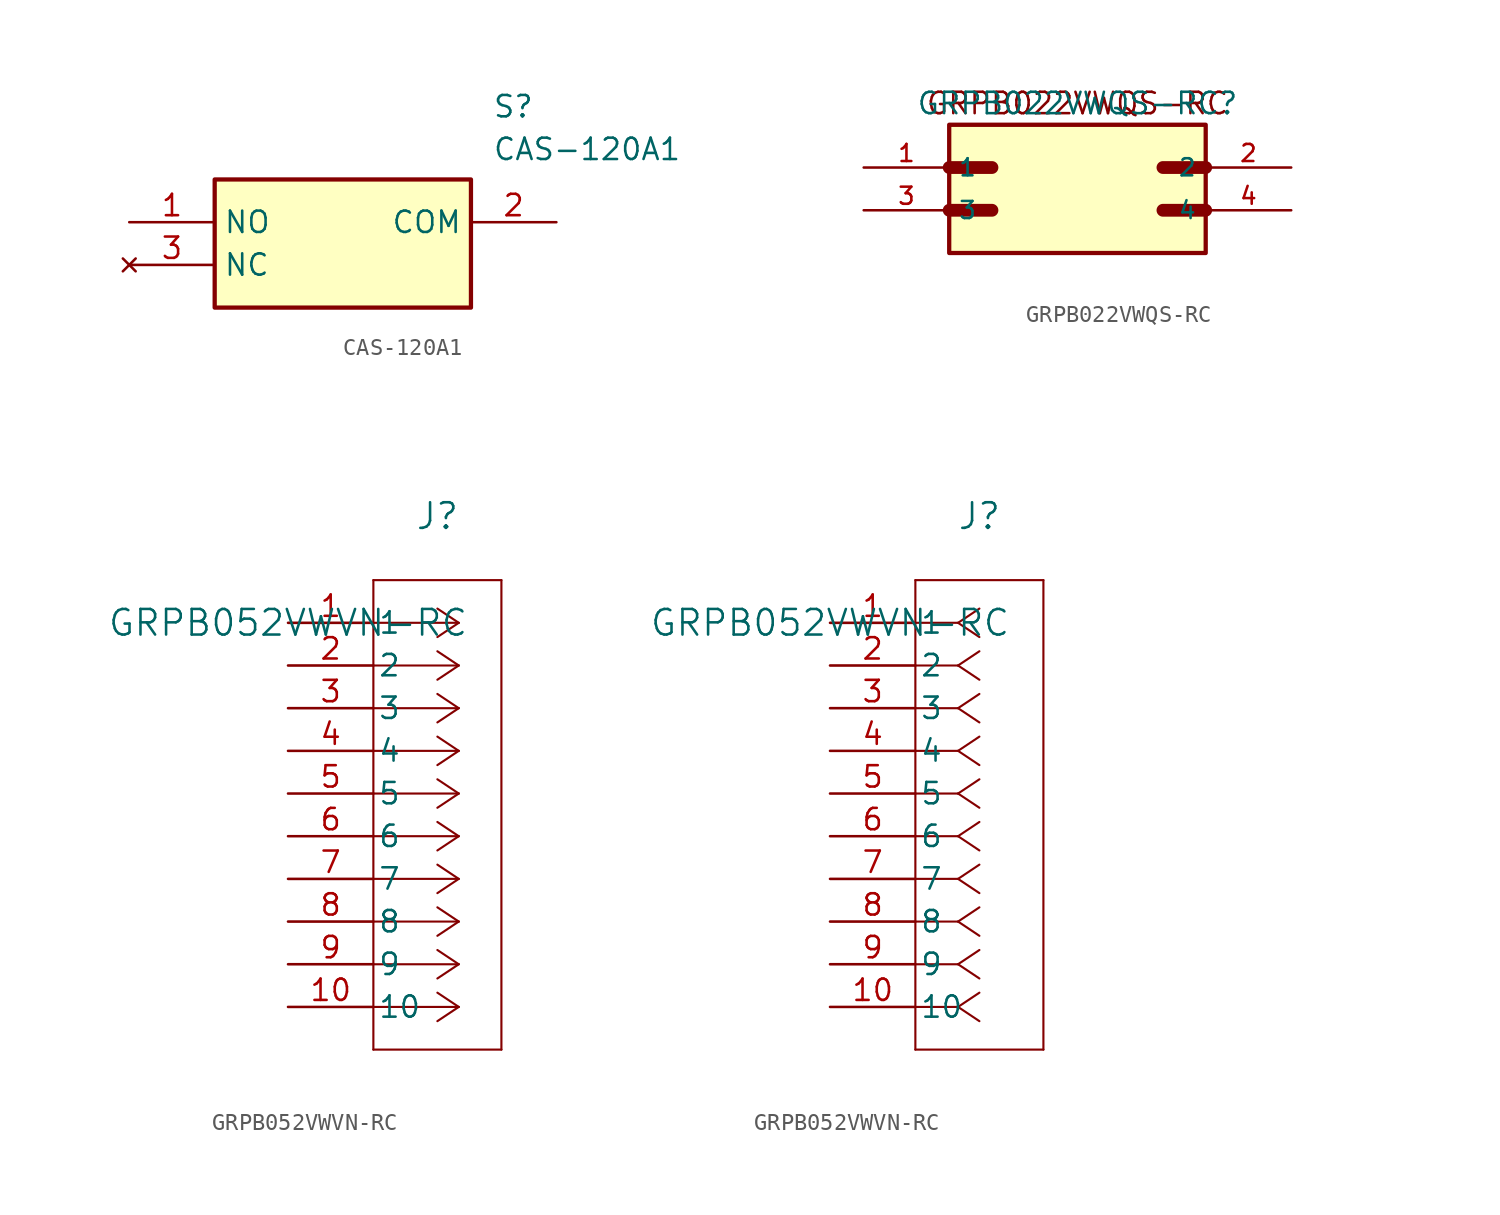
<source format=kicad_sym>
(kicad_symbol_lib
  (version 20220914)
  (generator kicad_symbol_editor)
  (symbol "CAS-120A1"
    (property "Reference" "S"
      (at 21.59 7.62 0)
      (effects (font (size 1.27 1.27)) (justify left top)))
    (property "Value" "CAS-120A1"
      (at 21.59 5.08 0)
      (effects (font (size 1.27 1.27)) (justify left top)))
    (symbol "CAS-120A1_1_1"
      (rectangle (start 5.08 2.54) (end 20.32 -5.08) (stroke (width 0.254) (type default)) (fill (type background)))
      (pin passive line (at 0 0 0) (length 5.08) (name "NO" (effects (font (size 1.27 1.27)))) (number "1" (effects (font (size 1.27 1.27)))))
      (pin passive line (at 25.4 0 180) (length 5.08) (name "COM" (effects (font (size 1.27 1.27)))) (number "2" (effects (font (size 1.27 1.27)))))
      (pin no_connect line (at 0 -2.54 0) (length 5.08) (name "NC" (effects (font (size 1.27 1.27)))) (number "3" (effects (font (size 1.27 1.27)))))))
  (symbol "GRPB022VWQS-RC"
    (property "Reference" "GRPB022VWQS-RC"
      (at 0 16.51 0)
      (effects (font (size 1.27 1.27))))
    (property "Value" ""
      (at 17.78 6.35 0)
      (effects (font (size 1.27 1.27))))
    (symbol "GRPB022VWQS-RC_0_0"
      (rectangle (start -7.62 15.24) (end 7.62 7.62) (stroke (width 0.254) (type default)) (fill (type background)))
      (polyline (pts (xy -7.62 10.16) (xy -5.08 10.16)) (stroke (width 0.762) (type default)) (fill (type none)))
      (polyline (pts (xy -7.62 12.7) (xy -5.08 12.7)) (stroke (width 0.762) (type default)) (fill (type none)))
      (polyline (pts (xy 5.08 10.16) (xy 7.62 10.16)) (stroke (width 0.762) (type default)) (fill (type none)))
      (polyline (pts (xy 5.08 12.7) (xy 7.62 12.7)) (stroke (width 0.762) (type default)) (fill (type none)))
      (text "GRPB022VWQS-RC" (at 0 16.51 0) (effects (font (size 1.27 1.27))))
      (pin passive line (at -12.7 12.7 0) (length 5.08) (name "1" (effects (font (size 1.016 1.016)))) (number "1" (effects (font (size 1.016 1.016)))))
      (pin passive line (at 12.7 12.7 180) (length 5.08) (name "2" (effects (font (size 1.016 1.016)))) (number "2" (effects (font (size 1.016 1.016)))))
      (pin passive line (at -12.7 10.16 0) (length 5.08) (name "3" (effects (font (size 1.016 1.016)))) (number "3" (effects (font (size 1.016 1.016)))))
      (pin passive line (at 12.7 10.16 180) (length 5.08) (name "4" (effects (font (size 1.016 1.016)))) (number "4" (effects (font (size 1.016 1.016)))))))
  (symbol "GRPB052VWVN-RC"
    (pin_names
      (offset 0.254))
    (property "Reference" "J"
      (at 8.89 6.35 0)
      (effects (font (size 1.524 1.524))))
    (property "Value" "GRPB052VWVN-RC"
      (at 0 0 0)
      (effects (font (size 1.524 1.524))))
    (property "ki_locked" ""
      (at 0 0 0)
      (effects (font (size 1.27 1.27))))
    (symbol "GRPB052VWVN-RC_1_1"
      (polyline (pts (xy 5.08 -25.4) (xy 12.7 -25.4)) (stroke (width 0.127) (type default)) (fill (type none)))
      (polyline (pts (xy 5.08 2.54) (xy 5.08 -25.4)) (stroke (width 0.127) (type default)) (fill (type none)))
      (polyline (pts (xy 10.16 -22.86) (xy 5.08 -22.86)) (stroke (width 0.127) (type default)) (fill (type none)))
      (polyline (pts (xy 10.16 -22.86) (xy 8.89 -23.707)) (stroke (width 0.127) (type default)) (fill (type none)))
      (polyline (pts (xy 10.16 -22.86) (xy 8.89 -22.013)) (stroke (width 0.127) (type default)) (fill (type none)))
      (polyline (pts (xy 10.16 -20.32) (xy 5.08 -20.32)) (stroke (width 0.127) (type default)) (fill (type none)))
      (polyline (pts (xy 10.16 -20.32) (xy 8.89 -21.167)) (stroke (width 0.127) (type default)) (fill (type none)))
      (polyline (pts (xy 10.16 -20.32) (xy 8.89 -19.473)) (stroke (width 0.127) (type default)) (fill (type none)))
      (polyline (pts (xy 10.16 -17.78) (xy 5.08 -17.78)) (stroke (width 0.127) (type default)) (fill (type none)))
      (polyline (pts (xy 10.16 -17.78) (xy 8.89 -18.627)) (stroke (width 0.127) (type default)) (fill (type none)))
      (polyline (pts (xy 10.16 -17.78) (xy 8.89 -16.933)) (stroke (width 0.127) (type default)) (fill (type none)))
      (polyline (pts (xy 10.16 -15.24) (xy 5.08 -15.24)) (stroke (width 0.127) (type default)) (fill (type none)))
      (polyline (pts (xy 10.16 -15.24) (xy 8.89 -16.087)) (stroke (width 0.127) (type default)) (fill (type none)))
      (polyline (pts (xy 10.16 -15.24) (xy 8.89 -14.393)) (stroke (width 0.127) (type default)) (fill (type none)))
      (polyline (pts (xy 10.16 -12.7) (xy 5.08 -12.7)) (stroke (width 0.127) (type default)) (fill (type none)))
      (polyline (pts (xy 10.16 -12.7) (xy 8.89 -13.547)) (stroke (width 0.127) (type default)) (fill (type none)))
      (polyline (pts (xy 10.16 -12.7) (xy 8.89 -11.853)) (stroke (width 0.127) (type default)) (fill (type none)))
      (polyline (pts (xy 10.16 -10.16) (xy 5.08 -10.16)) (stroke (width 0.127) (type default)) (fill (type none)))
      (polyline (pts (xy 10.16 -10.16) (xy 8.89 -11.007)) (stroke (width 0.127) (type default)) (fill (type none)))
      (polyline (pts (xy 10.16 -10.16) (xy 8.89 -9.313)) (stroke (width 0.127) (type default)) (fill (type none)))
      (polyline (pts (xy 10.16 -7.62) (xy 5.08 -7.62)) (stroke (width 0.127) (type default)) (fill (type none)))
      (polyline (pts (xy 10.16 -7.62) (xy 8.89 -8.467)) (stroke (width 0.127) (type default)) (fill (type none)))
      (polyline (pts (xy 10.16 -7.62) (xy 8.89 -6.773)) (stroke (width 0.127) (type default)) (fill (type none)))
      (polyline (pts (xy 10.16 -5.08) (xy 5.08 -5.08)) (stroke (width 0.127) (type default)) (fill (type none)))
      (polyline (pts (xy 10.16 -5.08) (xy 8.89 -5.927)) (stroke (width 0.127) (type default)) (fill (type none)))
      (polyline (pts (xy 10.16 -5.08) (xy 8.89 -4.233)) (stroke (width 0.127) (type default)) (fill (type none)))
      (polyline (pts (xy 10.16 -2.54) (xy 5.08 -2.54)) (stroke (width 0.127) (type default)) (fill (type none)))
      (polyline (pts (xy 10.16 -2.54) (xy 8.89 -3.387)) (stroke (width 0.127) (type default)) (fill (type none)))
      (polyline (pts (xy 10.16 -2.54) (xy 8.89 -1.693)) (stroke (width 0.127) (type default)) (fill (type none)))
      (polyline (pts (xy 10.16 0) (xy 5.08 0)) (stroke (width 0.127) (type default)) (fill (type none)))
      (polyline (pts (xy 10.16 0) (xy 8.89 -0.847)) (stroke (width 0.127) (type default)) (fill (type none)))
      (polyline (pts (xy 10.16 0) (xy 8.89 0.847)) (stroke (width 0.127) (type default)) (fill (type none)))
      (polyline (pts (xy 12.7 -25.4) (xy 12.7 2.54)) (stroke (width 0.127) (type default)) (fill (type none)))
      (polyline (pts (xy 12.7 2.54) (xy 5.08 2.54)) (stroke (width 0.127) (type default)) (fill (type none)))
      (pin unspecified line (at 0 0 0) (length 5.08) (name "1" (effects (font (size 1.27 1.27)))) (number "1" (effects (font (size 1.27 1.27)))))
      (pin unspecified line (at 0 -22.86 0) (length 5.08) (name "10" (effects (font (size 1.27 1.27)))) (number "10" (effects (font (size 1.27 1.27)))))
      (pin unspecified line (at 0 -2.54 0) (length 5.08) (name "2" (effects (font (size 1.27 1.27)))) (number "2" (effects (font (size 1.27 1.27)))))
      (pin unspecified line (at 0 -5.08 0) (length 5.08) (name "3" (effects (font (size 1.27 1.27)))) (number "3" (effects (font (size 1.27 1.27)))))
      (pin unspecified line (at 0 -7.62 0) (length 5.08) (name "4" (effects (font (size 1.27 1.27)))) (number "4" (effects (font (size 1.27 1.27)))))
      (pin unspecified line (at 0 -10.16 0) (length 5.08) (name "5" (effects (font (size 1.27 1.27)))) (number "5" (effects (font (size 1.27 1.27)))))
      (pin unspecified line (at 0 -12.7 0) (length 5.08) (name "6" (effects (font (size 1.27 1.27)))) (number "6" (effects (font (size 1.27 1.27)))))
      (pin unspecified line (at 0 -15.24 0) (length 5.08) (name "7" (effects (font (size 1.27 1.27)))) (number "7" (effects (font (size 1.27 1.27)))))
      (pin unspecified line (at 0 -17.78 0) (length 5.08) (name "8" (effects (font (size 1.27 1.27)))) (number "8" (effects (font (size 1.27 1.27)))))
      (pin unspecified line (at 0 -20.32 0) (length 5.08) (name "9" (effects (font (size 1.27 1.27)))) (number "9" (effects (font (size 1.27 1.27))))))
    (symbol "GRPB052VWVN-RC_1_2"
      (polyline (pts (xy 5.08 -25.4) (xy 12.7 -25.4)) (stroke (width 0.127) (type default)) (fill (type none)))
      (polyline (pts (xy 5.08 2.54) (xy 5.08 -25.4)) (stroke (width 0.127) (type default)) (fill (type none)))
      (polyline (pts (xy 7.62 -22.86) (xy 5.08 -22.86)) (stroke (width 0.127) (type default)) (fill (type none)))
      (polyline (pts (xy 7.62 -22.86) (xy 8.89 -23.707)) (stroke (width 0.127) (type default)) (fill (type none)))
      (polyline (pts (xy 7.62 -22.86) (xy 8.89 -22.013)) (stroke (width 0.127) (type default)) (fill (type none)))
      (polyline (pts (xy 7.62 -20.32) (xy 5.08 -20.32)) (stroke (width 0.127) (type default)) (fill (type none)))
      (polyline (pts (xy 7.62 -20.32) (xy 8.89 -21.167)) (stroke (width 0.127) (type default)) (fill (type none)))
      (polyline (pts (xy 7.62 -20.32) (xy 8.89 -19.473)) (stroke (width 0.127) (type default)) (fill (type none)))
      (polyline (pts (xy 7.62 -17.78) (xy 5.08 -17.78)) (stroke (width 0.127) (type default)) (fill (type none)))
      (polyline (pts (xy 7.62 -17.78) (xy 8.89 -18.627)) (stroke (width 0.127) (type default)) (fill (type none)))
      (polyline (pts (xy 7.62 -17.78) (xy 8.89 -16.933)) (stroke (width 0.127) (type default)) (fill (type none)))
      (polyline (pts (xy 7.62 -15.24) (xy 5.08 -15.24)) (stroke (width 0.127) (type default)) (fill (type none)))
      (polyline (pts (xy 7.62 -15.24) (xy 8.89 -16.087)) (stroke (width 0.127) (type default)) (fill (type none)))
      (polyline (pts (xy 7.62 -15.24) (xy 8.89 -14.393)) (stroke (width 0.127) (type default)) (fill (type none)))
      (polyline (pts (xy 7.62 -12.7) (xy 5.08 -12.7)) (stroke (width 0.127) (type default)) (fill (type none)))
      (polyline (pts (xy 7.62 -12.7) (xy 8.89 -13.547)) (stroke (width 0.127) (type default)) (fill (type none)))
      (polyline (pts (xy 7.62 -12.7) (xy 8.89 -11.853)) (stroke (width 0.127) (type default)) (fill (type none)))
      (polyline (pts (xy 7.62 -10.16) (xy 5.08 -10.16)) (stroke (width 0.127) (type default)) (fill (type none)))
      (polyline (pts (xy 7.62 -10.16) (xy 8.89 -11.007)) (stroke (width 0.127) (type default)) (fill (type none)))
      (polyline (pts (xy 7.62 -10.16) (xy 8.89 -9.313)) (stroke (width 0.127) (type default)) (fill (type none)))
      (polyline (pts (xy 7.62 -7.62) (xy 5.08 -7.62)) (stroke (width 0.127) (type default)) (fill (type none)))
      (polyline (pts (xy 7.62 -7.62) (xy 8.89 -8.467)) (stroke (width 0.127) (type default)) (fill (type none)))
      (polyline (pts (xy 7.62 -7.62) (xy 8.89 -6.773)) (stroke (width 0.127) (type default)) (fill (type none)))
      (polyline (pts (xy 7.62 -5.08) (xy 5.08 -5.08)) (stroke (width 0.127) (type default)) (fill (type none)))
      (polyline (pts (xy 7.62 -5.08) (xy 8.89 -5.927)) (stroke (width 0.127) (type default)) (fill (type none)))
      (polyline (pts (xy 7.62 -5.08) (xy 8.89 -4.233)) (stroke (width 0.127) (type default)) (fill (type none)))
      (polyline (pts (xy 7.62 -2.54) (xy 5.08 -2.54)) (stroke (width 0.127) (type default)) (fill (type none)))
      (polyline (pts (xy 7.62 -2.54) (xy 8.89 -3.387)) (stroke (width 0.127) (type default)) (fill (type none)))
      (polyline (pts (xy 7.62 -2.54) (xy 8.89 -1.693)) (stroke (width 0.127) (type default)) (fill (type none)))
      (polyline (pts (xy 7.62 0) (xy 5.08 0)) (stroke (width 0.127) (type default)) (fill (type none)))
      (polyline (pts (xy 7.62 0) (xy 8.89 -0.847)) (stroke (width 0.127) (type default)) (fill (type none)))
      (polyline (pts (xy 7.62 0) (xy 8.89 0.847)) (stroke (width 0.127) (type default)) (fill (type none)))
      (polyline (pts (xy 12.7 -25.4) (xy 12.7 2.54)) (stroke (width 0.127) (type default)) (fill (type none)))
      (polyline (pts (xy 12.7 2.54) (xy 5.08 2.54)) (stroke (width 0.127) (type default)) (fill (type none)))
      (pin unspecified line (at 0 0 0) (length 5.08) (name "1" (effects (font (size 1.27 1.27)))) (number "1" (effects (font (size 1.27 1.27)))))
      (pin unspecified line (at 0 -22.86 0) (length 5.08) (name "10" (effects (font (size 1.27 1.27)))) (number "10" (effects (font (size 1.27 1.27)))))
      (pin unspecified line (at 0 -2.54 0) (length 5.08) (name "2" (effects (font (size 1.27 1.27)))) (number "2" (effects (font (size 1.27 1.27)))))
      (pin unspecified line (at 0 -5.08 0) (length 5.08) (name "3" (effects (font (size 1.27 1.27)))) (number "3" (effects (font (size 1.27 1.27)))))
      (pin unspecified line (at 0 -7.62 0) (length 5.08) (name "4" (effects (font (size 1.27 1.27)))) (number "4" (effects (font (size 1.27 1.27)))))
      (pin unspecified line (at 0 -10.16 0) (length 5.08) (name "5" (effects (font (size 1.27 1.27)))) (number "5" (effects (font (size 1.27 1.27)))))
      (pin unspecified line (at 0 -12.7 0) (length 5.08) (name "6" (effects (font (size 1.27 1.27)))) (number "6" (effects (font (size 1.27 1.27)))))
      (pin unspecified line (at 0 -15.24 0) (length 5.08) (name "7" (effects (font (size 1.27 1.27)))) (number "7" (effects (font (size 1.27 1.27)))))
      (pin unspecified line (at 0 -17.78 0) (length 5.08) (name "8" (effects (font (size 1.27 1.27)))) (number "8" (effects (font (size 1.27 1.27)))))
      (pin unspecified line (at 0 -20.32 0) (length 5.08) (name "9" (effects (font (size 1.27 1.27)))) (number "9" (effects (font (size 1.27 1.27))))))))
</source>
